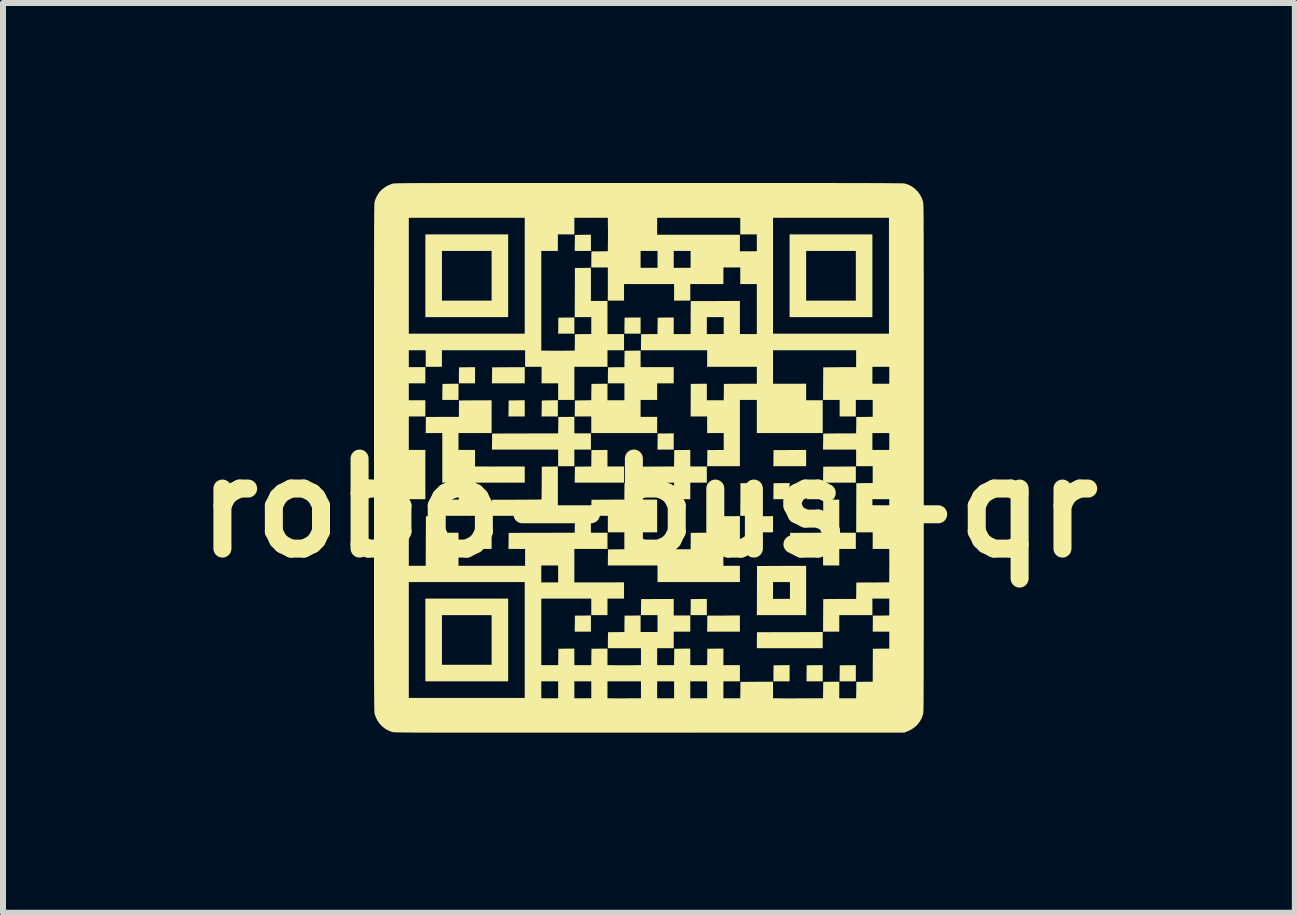
<source format=kicad_pcb>
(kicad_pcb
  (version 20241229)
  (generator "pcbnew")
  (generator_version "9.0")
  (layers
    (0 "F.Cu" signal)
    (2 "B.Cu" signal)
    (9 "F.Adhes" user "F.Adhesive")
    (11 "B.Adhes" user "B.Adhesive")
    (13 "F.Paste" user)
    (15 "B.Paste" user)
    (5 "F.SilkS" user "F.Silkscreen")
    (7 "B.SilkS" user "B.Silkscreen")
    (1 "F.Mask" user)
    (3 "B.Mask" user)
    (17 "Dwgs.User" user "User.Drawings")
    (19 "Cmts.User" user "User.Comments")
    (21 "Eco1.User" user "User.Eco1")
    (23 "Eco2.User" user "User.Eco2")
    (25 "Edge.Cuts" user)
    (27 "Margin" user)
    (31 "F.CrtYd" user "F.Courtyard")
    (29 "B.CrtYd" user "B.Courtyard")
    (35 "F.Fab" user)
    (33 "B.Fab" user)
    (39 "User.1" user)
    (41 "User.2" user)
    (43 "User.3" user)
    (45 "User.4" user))
  (footprint "robo-bus-qr"
    (layer "F.Cu")
    (at 7.764 5.414)
    (property "Reference" "robo-bus-qr" (at 0 0 0) (layer "F.SilkS") (effects (font (size 1.5 1.5) (thickness 0.3))))
    (attr board_only exclude_from_pos_files exclude_from_bom)
    (fp_poly (pts (xy -3.173 -1.934) (xy -3.173 -1.799) (xy -3.308 -1.799) (xy -3.443 -1.799) (xy -3.442 -1.933) (xy -3.44 -2.066) (xy -3.306 -2.068) (xy -3.173 -2.069)) (stroke (width 0) (type solid)) (fill yes) (layer "F.SilkS"))
    (fp_poly (pts (xy -2.897 -2.21) (xy -2.897 -2.075) (xy -3.032 -2.075) (xy -3.167 -2.075) (xy -3.166 -2.209) (xy -3.164 -2.342) (xy -3.031 -2.344) (xy -2.897 -2.345)) (stroke (width 0) (type solid)) (fill yes) (layer "F.SilkS"))
    (fp_poly (pts (xy -2.621 0.411) (xy -2.621 0.684) (xy -2.756 0.684) (xy -2.891 0.684) (xy -2.89 0.412) (xy -2.888 0.141) (xy -2.755 0.139) (xy -2.621 0.138)) (stroke (width 0) (type solid)) (fill yes) (layer "F.SilkS"))
    (fp_poly (pts (xy -2.069 -2.21) (xy -2.069 -2.075) (xy -2.342 -2.075) (xy -2.616 -2.075) (xy -2.614 -2.209) (xy -2.612 -2.342) (xy -2.341 -2.344) (xy -2.069 -2.345)) (stroke (width 0) (type solid)) (fill yes) (layer "F.SilkS"))
    (fp_poly (pts (xy -2.069 -1.658) (xy -2.069 -1.523) (xy -2.204 -1.523) (xy -2.34 -1.523) (xy -2.338 -1.657) (xy -2.337 -1.79) (xy -2.203 -1.792) (xy -2.069 -1.794)) (stroke (width 0) (type solid)) (fill yes) (layer "F.SilkS"))
    (fp_poly (pts (xy -1.517 -1.658) (xy -1.517 -1.523) (xy -1.653 -1.523) (xy -1.788 -1.523) (xy -1.786 -1.657) (xy -1.785 -1.79) (xy -1.651 -1.792) (xy -1.517 -1.794)) (stroke (width 0) (type solid)) (fill yes) (layer "F.SilkS"))
    (fp_poly (pts (xy -1.242 -3.038) (xy -1.242 -2.903) (xy -1.377 -2.903) (xy -1.512 -2.903) (xy -1.51 -3.036) (xy -1.509 -3.17) (xy -1.375 -3.172) (xy -1.242 -3.173)) (stroke (width 0) (type solid)) (fill yes) (layer "F.SilkS"))
    (fp_poly (pts (xy -0.966 -4.417) (xy -0.966 -4.282) (xy -1.101 -4.282) (xy -1.236 -4.282) (xy -1.234 -4.416) (xy -1.233 -4.549) (xy -1.099 -4.551) (xy -0.966 -4.553)) (stroke (width 0) (type solid)) (fill yes) (layer "F.SilkS"))
    (fp_poly (pts (xy -0.966 1.928) (xy -0.966 2.063) (xy -1.101 2.063) (xy -1.236 2.063) (xy -1.234 1.93) (xy -1.233 1.796) (xy -1.099 1.795) (xy -0.966 1.793)) (stroke (width 0) (type solid)) (fill yes) (layer "F.SilkS"))
    (fp_poly (pts (xy -0.138 -3.038) (xy -0.138 -2.903) (xy -0.273 -2.903) (xy -0.408 -2.903) (xy -0.407 -3.036) (xy -0.405 -3.17) (xy -0.272 -3.172) (xy -0.138 -3.173)) (stroke (width 0) (type solid)) (fill yes) (layer "F.SilkS"))
    (fp_poly (pts (xy 0.414 -1.107) (xy 0.414 -0.971) (xy 0.279 -0.971) (xy 0.143 -0.971) (xy 0.145 -1.105) (xy 0.147 -1.239) (xy 0.28 -1.24) (xy 0.414 -1.242)) (stroke (width 0) (type solid)) (fill yes) (layer "F.SilkS"))
    (fp_poly (pts (xy 0.966 1.652) (xy 0.966 1.788) (xy 0.83 1.788) (xy 0.695 1.788) (xy 0.697 1.654) (xy 0.698 1.52) (xy 0.832 1.519) (xy 0.966 1.517)) (stroke (width 0) (type solid)) (fill yes) (layer "F.SilkS"))
    (fp_poly (pts (xy 1.517 1.928) (xy 1.517 2.063) (xy 1.244 2.063) (xy 0.971 2.063) (xy 0.973 1.93) (xy 0.974 1.796) (xy 1.246 1.795) (xy 1.517 1.793)) (stroke (width 0) (type solid)) (fill yes) (layer "F.SilkS"))
    (fp_poly (pts (xy 1.793 -0.141) (xy 1.793 0.132) (xy 1.658 0.132) (xy 1.523 0.132) (xy 1.525 -0.139) (xy 1.526 -0.411) (xy 1.66 -0.413) (xy 1.793 -0.414)) (stroke (width 0) (type solid)) (fill yes) (layer "F.SilkS"))
    (fp_poly (pts (xy 2.069 0.273) (xy 2.069 0.408) (xy 1.934 0.408) (xy 1.799 0.408) (xy 1.8 0.274) (xy 1.802 0.141) (xy 1.936 0.139) (xy 2.069 0.138)) (stroke (width 0) (type solid)) (fill yes) (layer "F.SilkS"))
    (fp_poly (pts (xy 2.345 -0.279) (xy 2.345 -0.144) (xy 2.21 -0.144) (xy 2.075 -0.144) (xy 2.076 -0.277) (xy 2.078 -0.411) (xy 2.212 -0.413) (xy 2.345 -0.414)) (stroke (width 0) (type solid)) (fill yes) (layer "F.SilkS"))
    (fp_poly (pts (xy 2.345 2.756) (xy 2.345 2.891) (xy 2.21 2.891) (xy 2.075 2.891) (xy 2.076 2.758) (xy 2.078 2.624) (xy 2.212 2.622) (xy 2.345 2.621)) (stroke (width 0) (type solid)) (fill yes) (layer "F.SilkS"))
    (fp_poly (pts (xy 2.621 -0.831) (xy 2.621 -0.695) (xy 2.348 -0.695) (xy 2.075 -0.695) (xy 2.076 -0.829) (xy 2.078 -0.963) (xy 2.349 -0.964) (xy 2.621 -0.966)) (stroke (width 0) (type solid)) (fill yes) (layer "F.SilkS"))
    (fp_poly (pts (xy 2.897 -0.279) (xy 2.897 -0.144) (xy 2.762 -0.144) (xy 2.627 -0.144) (xy 2.628 -0.277) (xy 2.63 -0.411) (xy 2.763 -0.413) (xy 2.897 -0.414)) (stroke (width 0) (type solid)) (fill yes) (layer "F.SilkS"))
    (fp_poly (pts (xy 2.897 2.204) (xy 2.897 2.339) (xy 2.348 2.339) (xy 1.799 2.339) (xy 1.8 2.206) (xy 1.802 2.072) (xy 2.349 2.071) (xy 2.897 2.069)) (stroke (width 0) (type solid)) (fill yes) (layer "F.SilkS"))
    (fp_poly (pts (xy 2.897 2.756) (xy 2.897 2.891) (xy 2.762 2.891) (xy 2.627 2.891) (xy 2.628 2.758) (xy 2.63 2.624) (xy 2.763 2.622) (xy 2.897 2.621)) (stroke (width 0) (type solid)) (fill yes) (layer "F.SilkS"))
    (fp_poly (pts (xy 3.449 -0.555) (xy 3.449 -0.42) (xy 3.176 -0.42) (xy 2.902 -0.42) (xy 2.904 -0.553) (xy 2.906 -0.687) (xy 3.177 -0.688) (xy 3.449 -0.69)) (stroke (width 0) (type solid)) (fill yes) (layer "F.SilkS"))
    (fp_poly (pts (xy 3.449 2.756) (xy 3.449 2.891) (xy 3.314 2.891) (xy 3.178 2.891) (xy 3.18 2.758) (xy 3.181 2.624) (xy 3.315 2.622) (xy 3.449 2.621)) (stroke (width 0) (type solid)) (fill yes) (layer "F.SilkS"))
    (fp_poly (pts (xy -0.69 -0.828) (xy -0.69 -0.69) (xy -0.552 -0.69) (xy -0.414 -0.69) (xy -0.414 -0.555) (xy -0.414 -0.42) (xy -0.825 -0.42) (xy -1.236 -0.42) (xy -1.234 -0.553) (xy -1.233 -0.687) (xy -1.097 -0.688) (xy -0.96 -0.69) (xy -0.959 -0.826) (xy -0.957 -0.963) (xy -0.823 -0.964) (xy -0.69 -0.966)) (stroke (width 0) (type solid)) (fill yes) (layer "F.SilkS"))
    (fp_poly (pts (xy -2.345 -3.868) (xy -2.345 -3.179) (xy -3.035 -3.179) (xy -3.725 -3.179) (xy -3.725 -3.868) (xy -3.449 -3.868) (xy -3.449 -3.454) (xy -3.035 -3.454) (xy -2.621 -3.454) (xy -2.621 -3.868) (xy -2.621 -4.282) (xy -3.035 -4.282) (xy -3.449 -4.282) (xy -3.449 -3.868) (xy -3.725 -3.868) (xy -3.725 -4.558) (xy -3.035 -4.558) (xy -2.345 -4.558)) (stroke (width 0) (type solid)) (fill yes) (layer "F.SilkS"))
    (fp_poly (pts (xy -2.345 2.201) (xy -2.345 2.891) (xy -3.035 2.891) (xy -3.725 2.891) (xy -3.725 2.201) (xy -3.449 2.201) (xy -3.449 2.615) (xy -3.035 2.615) (xy -2.621 2.615) (xy -2.621 2.201) (xy -2.621 1.788) (xy -3.035 1.788) (xy -3.449 1.788) (xy -3.449 2.201) (xy -3.725 2.201) (xy -3.725 1.512) (xy -3.035 1.512) (xy -2.345 1.512)) (stroke (width 0) (type solid)) (fill yes) (layer "F.SilkS"))
    (fp_poly (pts (xy 3.725 -3.868) (xy 3.725 -3.179) (xy 3.035 -3.179) (xy 2.345 -3.179) (xy 2.345 -3.868) (xy 2.621 -3.868) (xy 2.621 -3.454) (xy 3.035 -3.454) (xy 3.449 -3.454) (xy 3.449 -3.868) (xy 3.449 -4.282) (xy 3.035 -4.282) (xy 2.621 -4.282) (xy 2.621 -3.868) (xy 2.345 -3.868) (xy 2.345 -4.558) (xy 3.035 -4.558) (xy 3.725 -4.558)) (stroke (width 0) (type solid)) (fill yes) (layer "F.SilkS"))
    (fp_poly (pts (xy 2.621 1.377) (xy 2.621 1.788) (xy 2.21 1.788) (xy 1.799 1.788) (xy 1.801 1.378) (xy 1.801 1.377) (xy 2.069 1.377) (xy 2.069 1.517) (xy 2.21 1.517) (xy 2.351 1.517) (xy 2.351 1.377) (xy 2.351 1.236) (xy 2.21 1.236) (xy 2.069 1.236) (xy 2.069 1.377) (xy 1.801 1.377) (xy 1.802 0.969) (xy 2.212 0.967) (xy 2.621 0.966)) (stroke (width 0) (type solid)) (fill yes) (layer "F.SilkS"))
    (fp_poly (pts (xy -1.517 -0.279) (xy -1.517 0.132) (xy -2.066 0.132) (xy -2.616 0.132) (xy -2.614 -0.001) (xy -2.612 -0.135) (xy -2.202 -0.136) (xy -2.134 -0.137) (xy -2.07 -0.137) (xy -2.01 -0.137) (xy -1.956 -0.138) (xy -1.907 -0.138) (xy -1.866 -0.138) (xy -1.833 -0.139) (xy -1.808 -0.139) (xy -1.794 -0.14) (xy -1.79 -0.14) (xy -1.789 -0.146) (xy -1.789 -0.162) (xy -1.788 -0.188) (xy -1.788 -0.221) (xy -1.787 -0.262) (xy -1.787 -0.309) (xy -1.786 -0.36) (xy -1.786 -0.414) (xy -1.785 -0.687) (xy -1.651 -0.688) (xy -1.517 -0.69)) (stroke (width 0) (type solid)) (fill yes) (layer "F.SilkS"))
    (fp_poly (pts (xy 0.69 -0.828) (xy 0.69 -0.69) (xy 0.828 -0.69) (xy 0.966 -0.69) (xy 0.966 -0.555) (xy 0.966 -0.42) (xy 0.828 -0.42) (xy 0.69 -0.42) (xy 0.69 -0.282) (xy 0.69 -0.144) (xy 0.555 -0.144) (xy 0.42 -0.144) (xy 0.42 -0.282) (xy 0.42 -0.42) (xy 0.144 -0.42) (xy -0.132 -0.42) (xy -0.131 -0.553) (xy -0.129 -0.687) (xy 0.009 -0.688) (xy 0.059 -0.688) (xy 0.116 -0.689) (xy 0.175 -0.689) (xy 0.232 -0.689) (xy 0.282 -0.69) (xy 0.283 -0.69) (xy 0.419 -0.69) (xy 0.421 -0.826) (xy 0.422 -0.963) (xy 0.556 -0.964) (xy 0.69 -0.966)) (stroke (width 0) (type solid)) (fill yes) (layer "F.SilkS"))
    (fp_poly (pts (xy -1.242 -1.38) (xy -1.242 -1.242) (xy -1.104 -1.242) (xy -0.966 -1.242) (xy -0.966 -1.106) (xy -0.966 -0.971) (xy -1.104 -0.971) (xy -1.242 -0.971) (xy -1.242 -0.833) (xy -1.242 -0.695) (xy -1.377 -0.695) (xy -1.512 -0.695) (xy -1.512 -0.833) (xy -1.512 -0.971) (xy -2.064 -0.971) (xy -2.616 -0.971) (xy -2.614 -1.105) (xy -2.612 -1.239) (xy -2.199 -1.24) (xy -2.126 -1.24) (xy -2.054 -1.24) (xy -1.983 -1.241) (xy -1.915 -1.241) (xy -1.85 -1.241) (xy -1.792 -1.241) (xy -1.74 -1.241) (xy -1.696 -1.241) (xy -1.661 -1.241) (xy -1.648 -1.241) (xy -1.512 -1.242) (xy -1.51 -1.378) (xy -1.509 -1.515) (xy -1.375 -1.516) (xy -1.242 -1.518)) (stroke (width 0) (type solid)) (fill yes) (layer "F.SilkS"))
    (fp_poly (pts (xy 3.173 0.138) (xy 3.173 0.414) (xy 3.311 0.414) (xy 3.449 0.414) (xy 3.449 0.549) (xy 3.449 0.684) (xy 3.311 0.684) (xy 3.173 0.684) (xy 3.173 0.822) (xy 3.173 0.96) (xy 3.038 0.96) (xy 2.903 0.96) (xy 2.903 0.822) (xy 2.903 0.684) (xy 2.627 0.684) (xy 2.351 0.684) (xy 2.352 0.55) (xy 2.354 0.417) (xy 2.626 0.415) (xy 2.681 0.415) (xy 2.732 0.415) (xy 2.779 0.414) (xy 2.819 0.414) (xy 2.853 0.413) (xy 2.879 0.413) (xy 2.895 0.412) (xy 2.901 0.412) (xy 2.901 0.406) (xy 2.902 0.39) (xy 2.902 0.364) (xy 2.903 0.33) (xy 2.903 0.29) (xy 2.903 0.243) (xy 2.904 0.192) (xy 2.904 0.137) (xy 2.906 -0.135) (xy 3.039 -0.137) (xy 3.173 -0.138)) (stroke (width 0) (type solid)) (fill yes) (layer "F.SilkS"))
    (fp_poly (pts (xy -0.138 -2.483) (xy -0.138 -2.345) (xy 0.001 -2.345) (xy 0.052 -2.345) (xy 0.109 -2.345) (xy 0.168 -2.345) (xy 0.225 -2.345) (xy 0.275 -2.345) (xy 0.277 -2.345) (xy 0.414 -2.346) (xy 0.414 -2.21) (xy 0.414 -2.075) (xy 0.276 -2.075) (xy 0.138 -2.075) (xy 0.138 -1.937) (xy 0.138 -1.799) (xy -0.000001 -1.799) (xy -0.138 -1.799) (xy -0.138 -1.658) (xy -0.138 -1.517) (xy -0.000001 -1.517) (xy 0.138 -1.517) (xy 0.138 -1.382) (xy 0.138 -1.247) (xy -0.411 -1.247) (xy -0.96 -1.247) (xy -0.96 -1.385) (xy -0.96 -1.523) (xy -1.098 -1.523) (xy -1.236 -1.523) (xy -1.234 -1.657) (xy -1.233 -1.79) (xy -1.097 -1.792) (xy -0.96 -1.794) (xy -0.959 -1.93) (xy -0.957 -2.066) (xy -0.823 -2.068) (xy -0.69 -2.069) (xy -0.69 -1.931) (xy -0.69 -1.793) (xy -0.549 -1.793) (xy -0.408 -1.793) (xy -0.408 -1.934) (xy -0.408 -2.075) (xy -0.546 -2.075) (xy -0.684 -2.075) (xy -0.683 -2.209) (xy -0.681 -2.342) (xy -0.545 -2.344) (xy -0.408 -2.345) (xy -0.407 -2.482) (xy -0.405 -2.618) (xy -0.272 -2.62) (xy -0.138 -2.621)) (stroke (width 0) (type solid)) (fill yes) (layer "F.SilkS"))
    (fp_poly (pts (xy -2.621 -1.52) (xy -2.621 -1.247) (xy -2.897 -1.247) (xy -3.173 -1.247) (xy -3.173 -1.106) (xy -3.173 -0.966) (xy -3.035 -0.966) (xy -2.897 -0.966) (xy -2.897 -0.828) (xy -2.897 -0.69) (xy -2.758 -0.69) (xy -2.722 -0.69) (xy -2.676 -0.689) (xy -2.624 -0.689) (xy -2.565 -0.689) (xy -2.504 -0.69) (xy -2.441 -0.69) (xy -2.378 -0.69) (xy -2.344 -0.69) (xy -2.069 -0.69) (xy -2.069 -0.555) (xy -2.069 -0.42) (xy -2.483 -0.42) (xy -2.897 -0.42) (xy -2.897 -0.144) (xy -2.897 0.132) (xy -3.17 0.132) (xy -3.443 0.132) (xy -3.442 -0.001) (xy -3.44 -0.135) (xy -3.304 -0.137) (xy -3.167 -0.138) (xy -3.167 -0.279) (xy -3.167 -0.42) (xy -3.305 -0.42) (xy -3.443 -0.42) (xy -3.443 -0.694) (xy -3.443 -0.755) (xy -3.443 -0.819) (xy -3.443 -0.881) (xy -3.443 -0.942) (xy -3.443 -0.998) (xy -3.443 -1.048) (xy -3.443 -1.089) (xy -3.443 -1.108) (xy -3.443 -1.247) (xy -3.581 -1.247) (xy -3.719 -1.247) (xy -3.718 -1.381) (xy -3.716 -1.515) (xy -3.578 -1.516) (xy -3.528 -1.516) (xy -3.471 -1.517) (xy -3.412 -1.517) (xy -3.355 -1.517) (xy -3.305 -1.517) (xy -3.304 -1.517) (xy -3.167 -1.517) (xy -3.166 -1.654) (xy -3.164 -1.79) (xy -2.893 -1.792) (xy -2.621 -1.793)) (stroke (width 0) (type solid)) (fill yes) (layer "F.SilkS"))
    (fp_poly (pts (xy -0.138 -0.276) (xy -0.138 -0.138) (xy -0.000001 -0.138) (xy 0.138 -0.138) (xy 0.138 0.135) (xy 0.138 0.408) (xy -0.000001 0.408) (xy -0.138 0.408) (xy -0.138 0.549) (xy -0.138 0.69) (xy -0.000001 0.69) (xy 0.049 0.69) (xy 0.106 0.69) (xy 0.165 0.69) (xy 0.223 0.69) (xy 0.274 0.69) (xy 0.282 0.69) (xy 0.332 0.69) (xy 0.389 0.69) (xy 0.447 0.69) (xy 0.503 0.69) (xy 0.553 0.69) (xy 0.56 0.69) (xy 0.695 0.69) (xy 0.697 0.553) (xy 0.698 0.417) (xy 0.835 0.415) (xy 0.971 0.414) (xy 0.973 0.277) (xy 0.974 0.141) (xy 1.246 0.139) (xy 1.517 0.138) (xy 1.517 0.411) (xy 1.517 0.684) (xy 1.379 0.684) (xy 1.242 0.684) (xy 1.242 0.825) (xy 1.242 0.966) (xy 1.379 0.966) (xy 1.517 0.966) (xy 1.517 1.101) (xy 1.517 1.236) (xy 0.831 1.236) (xy 0.144 1.236) (xy 0.144 1.098) (xy 0.144 0.96) (xy -0.27 0.96) (xy -0.684 0.96) (xy -0.683 0.826) (xy -0.681 0.693) (xy -0.545 0.691) (xy -0.408 0.69) (xy -0.408 0.549) (xy -0.408 0.408) (xy -0.546 0.408) (xy -0.684 0.408) (xy -0.684 0.27) (xy -0.684 0.132) (xy -0.822 0.132) (xy -0.96 0.132) (xy -0.959 -0.001) (xy -0.957 -0.135) (xy -0.819 -0.136) (xy -0.769 -0.137) (xy -0.712 -0.137) (xy -0.653 -0.137) (xy -0.596 -0.138) (xy -0.546 -0.138) (xy -0.545 -0.138) (xy -0.408 -0.138) (xy -0.407 -0.274) (xy -0.405 -0.411) (xy -0.272 -0.413) (xy -0.138 -0.414)) (stroke (width 0) (type solid)) (fill yes) (layer "F.SilkS"))
    (fp_poly (pts (xy -0.593 -5.414) (xy -0.343 -5.414) (xy -0.082 -5.414) (xy -0.001 -5.414) (xy 0.267 -5.414) (xy 0.523 -5.414) (xy 0.768 -5.414) (xy 1.002 -5.414) (xy 1.226 -5.414) (xy 1.44 -5.414) (xy 1.643 -5.414) (xy 1.837 -5.414) (xy 2.021 -5.414) (xy 2.195 -5.414) (xy 2.361 -5.414) (xy 2.518 -5.414) (xy 2.665 -5.414) (xy 2.805 -5.414) (xy 2.936 -5.414) (xy 3.06 -5.414) (xy 3.176 -5.413) (xy 3.284 -5.413) (xy 3.385 -5.413) (xy 3.479 -5.413) (xy 3.567 -5.413) (xy 3.647 -5.413) (xy 3.722 -5.412) (xy 3.79 -5.412) (xy 3.853 -5.412) (xy 3.91 -5.412) (xy 3.962 -5.411) (xy 4.009 -5.411) (xy 4.051 -5.411) (xy 4.088 -5.41) (xy 4.121 -5.41) (xy 4.15 -5.41) (xy 4.175 -5.409) (xy 4.196 -5.409) (xy 4.214 -5.409) (xy 4.229 -5.408) (xy 4.24 -5.408) (xy 4.249 -5.407) (xy 4.256 -5.407) (xy 4.26 -5.406) (xy 4.261 -5.406) (xy 4.322 -5.387) (xy 4.379 -5.359) (xy 4.431 -5.321) (xy 4.477 -5.275) (xy 4.517 -5.223) (xy 4.548 -5.165) (xy 4.569 -5.102) (xy 4.57 -5.101) (xy 4.57 -5.098) (xy 4.571 -5.095) (xy 4.572 -5.092) (xy 4.572 -5.088) (xy 4.573 -5.083) (xy 4.573 -5.076) (xy 4.574 -5.069) (xy 4.575 -5.059) (xy 4.575 -5.048) (xy 4.575 -5.035) (xy 4.576 -5.019) (xy 4.576 -5.001) (xy 4.577 -4.979) (xy 4.577 -4.955) (xy 4.577 -4.927) (xy 4.578 -4.895) (xy 4.578 -4.86) (xy 4.578 -4.82) (xy 4.579 -4.776) (xy 4.579 -4.728) (xy 4.579 -4.674) (xy 4.579 -4.616) (xy 4.58 -4.552) (xy 4.58 -4.482) (xy 4.58 -4.407) (xy 4.58 -4.325) (xy 4.58 -4.237) (xy 4.58 -4.143) (xy 4.58 -4.042) (xy 4.581 -3.933) (xy 4.581 -3.817) (xy 4.581 -3.694) (xy 4.581 -3.562) (xy 4.581 -3.423) (xy 4.581 -3.275) (xy 4.581 -3.119) (xy 4.581 -2.954) (xy 4.581 -2.78) (xy 4.581 -2.596) (xy 4.581 -2.403) (xy 4.581 -2.2) (xy 4.581 -1.987) (xy 4.581 -1.764) (xy 4.581 -1.53) (xy 4.581 -1.285) (xy 4.581 -1.029) (xy 4.581 -0.831) (xy 4.581 -0.566) (xy 4.581 -0.313) (xy 4.581 -0.071) (xy 4.581 0.16) (xy 4.581 0.381) (xy 4.581 0.591) (xy 4.581 0.792) (xy 4.581 0.983) (xy 4.581 1.164) (xy 4.581 1.336) (xy 4.581 1.499) (xy 4.581 1.653) (xy 4.581 1.799) (xy 4.581 1.936) (xy 4.581 2.065) (xy 4.581 2.187) (xy 4.58 2.301) (xy 4.58 2.407) (xy 4.58 2.507) (xy 4.58 2.6) (xy 4.58 2.686) (xy 4.58 2.766) (xy 4.58 2.84) (xy 4.579 2.908) (xy 4.579 2.971) (xy 4.579 3.028) (xy 4.579 3.08) (xy 4.579 3.128) (xy 4.578 3.171) (xy 4.578 3.209) (xy 4.578 3.243) (xy 4.577 3.274) (xy 4.577 3.301) (xy 4.577 3.325) (xy 4.576 3.345) (xy 4.576 3.363) (xy 4.575 3.378) (xy 4.575 3.391) (xy 4.574 3.401) (xy 4.574 3.41) (xy 4.573 3.417) (xy 4.573 3.423) (xy 4.572 3.428) (xy 4.571 3.432) (xy 4.571 3.435) (xy 4.57 3.438) (xy 4.57 3.439) (xy 4.548 3.502) (xy 4.516 3.561) (xy 4.475 3.613) (xy 4.425 3.659) (xy 4.367 3.698) (xy 4.302 3.728) (xy 4.298 3.729) (xy 4.256 3.745) (xy 0.011 3.746) (xy -0.253 3.746) (xy -0.507 3.746) (xy -0.75 3.746) (xy -0.982 3.746) (xy -1.203 3.746) (xy -1.414 3.746) (xy -1.615 3.746) (xy -1.807 3.746) (xy -1.989 3.746) (xy -2.161 3.746) (xy -2.325 3.746) (xy -2.479 3.746) (xy -2.626 3.746) (xy -2.763 3.746) (xy -2.893 3.746) (xy -3.015 3.746) (xy -3.13 3.746) (xy -3.237 3.746) (xy -3.337 3.746) (xy -3.431 3.746) (xy -3.517 3.746) (xy -3.598 3.746) (xy -3.672 3.745) (xy -3.741 3.745) (xy -3.804 3.745) (xy -3.862 3.745) (xy -3.914 3.745) (xy -3.962 3.744) (xy -4.005 3.744) (xy -4.044 3.744) (xy -4.079 3.744) (xy -4.109 3.743) (xy -4.137 3.743) (xy -4.161 3.743) (xy -4.181 3.742) (xy -4.199 3.742) (xy -4.214 3.741) (xy -4.227 3.741) (xy -4.238 3.74) (xy -4.247 3.74) (xy -4.254 3.739) (xy -4.26 3.739) (xy -4.265 3.738) (xy -4.269 3.737) (xy -4.272 3.737) (xy -4.275 3.736) (xy -4.275 3.736) (xy -4.337 3.714) (xy -4.394 3.682) (xy -4.446 3.641) (xy -4.491 3.593) (xy -4.528 3.538) (xy -4.556 3.477) (xy -4.57 3.434) (xy -4.57 3.431) (xy -4.571 3.428) (xy -4.572 3.425) (xy -4.572 3.421) (xy -4.573 3.416) (xy -4.573 3.409) (xy -4.574 3.402) (xy -4.575 3.392) (xy -4.575 3.381) (xy -4.575 3.368) (xy -4.576 3.352) (xy -4.576 3.334) (xy -4.577 3.312) (xy -4.577 3.288) (xy -4.577 3.26) (xy -4.578 3.228) (xy -4.578 3.193) (xy -4.578 3.153) (xy -4.579 3.109) (xy -4.579 3.061) (xy -4.579 3.007) (xy -4.579 2.949) (xy -4.58 2.885) (xy -4.58 2.815) (xy -4.58 2.74) (xy -4.58 2.658) (xy -4.58 2.57) (xy -4.58 2.476) (xy -4.58 2.375) (xy -4.581 2.266) (xy -4.581 2.201) (xy -4.001 2.201) (xy -4.001 3.167) (xy -3.035 3.167) (xy -2.069 3.167) (xy -2.069 3.032) (xy -1.793 3.032) (xy -1.793 3.173) (xy -1.653 3.173) (xy -1.512 3.173) (xy -1.512 3.032) (xy -1.242 3.032) (xy -1.242 3.173) (xy -1.101 3.173) (xy -0.96 3.173) (xy -0.96 3.032) (xy -0.96 3.032) (xy -0.69 3.032) (xy -0.69 3.173) (xy -0.55 3.174) (xy -0.511 3.175) (xy -0.476 3.175) (xy -0.445 3.175) (xy -0.422 3.175) (xy -0.407 3.175) (xy -0.403 3.174) (xy -0.396 3.174) (xy -0.378 3.174) (xy -0.353 3.173) (xy -0.321 3.173) (xy -0.284 3.173) (xy -0.264 3.173) (xy -0.132 3.173) (xy -0.132 3.032) (xy 0.138 3.032) (xy 0.138 3.173) (xy 0.279 3.173) (xy 0.42 3.173) (xy 0.42 3.032) (xy 0.69 3.032) (xy 0.69 3.173) (xy 0.831 3.173) (xy 0.971 3.173) (xy 0.971 3.032) (xy 0.971 2.891) (xy 0.831 2.891) (xy 0.69 2.891) (xy 0.69 3.032) (xy 0.42 3.032) (xy 0.42 2.891) (xy 0.279 2.891) (xy 0.138 2.891) (xy 0.138 3.032) (xy -0.132 3.032) (xy -0.132 2.891) (xy -0.411 2.891) (xy -0.69 2.891) (xy -0.69 3.032) (xy -0.96 3.032) (xy -0.96 2.891) (xy -1.101 2.891) (xy -1.242 2.891) (xy -1.242 3.032) (xy -1.512 3.032) (xy -1.512 2.891) (xy -1.653 2.891) (xy -1.793 2.891) (xy -1.793 3.032) (xy -2.069 3.032) (xy -2.069 2.201) (xy -2.069 1.236) (xy -3.035 1.236) (xy -4.001 1.236) (xy -4.001 2.201) (xy -4.581 2.201) (xy -4.581 2.15) (xy -4.581 2.027) (xy -4.581 1.895) (xy -4.581 1.756) (xy -4.581 1.608) (xy -4.581 1.452) (xy -4.581 1.287) (xy -4.581 1.113) (xy -4.581 1.101) (xy -1.793 1.101) (xy -1.793 1.242) (xy -1.653 1.242) (xy -1.512 1.242) (xy -1.512 1.101) (xy -1.512 0.96) (xy -1.653 0.96) (xy -1.793 0.96) (xy -1.793 1.101) (xy -4.581 1.101) (xy -4.581 0.929) (xy -4.581 0.736) (xy -4.581 0.533) (xy -4.581 0.32) (xy -4.581 0.096) (xy -4.581 -0.138) (xy -4.581 -0.382) (xy -4.581 -0.638) (xy -4.581 -0.835) (xy -4.581 -1.101) (xy -4.581 -1.355) (xy -4.581 -1.599) (xy -4.581 -1.831) (xy -4.581 -2.054) (xy -4.581 -2.265) (xy -4.581 -2.467) (xy -4.581 -2.627) (xy -4.001 -2.627) (xy -4.001 -2.486) (xy -4.001 -2.345) (xy -3.863 -2.345) (xy -3.725 -2.345) (xy -3.725 -2.21) (xy -3.725 -2.075) (xy -3.863 -2.075) (xy -4.001 -2.075) (xy -4.001 -1.934) (xy -4.001 -1.793) (xy -3.863 -1.793) (xy -3.725 -1.793) (xy -3.725 -1.658) (xy -3.725 -1.523) (xy -3.863 -1.523) (xy -4.001 -1.523) (xy -4.001 -1.244) (xy -4.001 -0.966) (xy -3.863 -0.966) (xy -3.725 -0.966) (xy -3.725 -0.555) (xy -3.725 -0.144) (xy -3.863 -0.144) (xy -4.001 -0.144) (xy -4.001 0.411) (xy -4.001 0.966) (xy -3.86 0.966) (xy -3.719 0.966) (xy -3.719 0.829) (xy -3.719 0.794) (xy -3.719 0.749) (xy -3.718 0.697) (xy -3.718 0.64) (xy -3.718 0.578) (xy -3.718 0.515) (xy -3.717 0.453) (xy -3.717 0.417) (xy -3.716 0.141) (xy -3.582 0.139) (xy -3.449 0.138) (xy -3.449 0.276) (xy -3.449 0.414) (xy -3.311 0.414) (xy -3.173 0.414) (xy -3.173 0.69) (xy -3.173 0.966) (xy -3.035 0.966) (xy -3 0.966) (xy -2.955 0.966) (xy -2.903 0.966) (xy -2.845 0.966) (xy -2.784 0.966) (xy -2.72 0.966) (xy -2.657 0.966) (xy -2.615 0.966) (xy -2.554 0.966) (xy -2.49 0.966) (xy -2.428 0.966) (xy -2.368 0.966) (xy -2.312 0.966) (xy -2.262 0.966) (xy -2.221 0.966) (xy -2.199 0.966) (xy -2.063 0.966) (xy -2.063 0.825) (xy -2.063 0.684) (xy -2.202 0.684) (xy -2.34 0.684) (xy -2.338 0.55) (xy -2.337 0.417) (xy -1.923 0.415) (xy -1.85 0.415) (xy -1.778 0.415) (xy -1.707 0.415) (xy -1.639 0.415) (xy -1.574 0.414) (xy -1.516 0.414) (xy -1.464 0.414) (xy -1.42 0.414) (xy -1.385 0.414) (xy -1.372 0.414) (xy -1.236 0.414) (xy -1.234 0.277) (xy -1.233 0.141) (xy -1.099 0.139) (xy -0.966 0.138) (xy -0.966 0.276) (xy -0.966 0.414) (xy -0.828 0.414) (xy -0.69 0.414) (xy -0.69 0.549) (xy -0.69 0.684) (xy -0.966 0.684) (xy -1.242 0.684) (xy -1.242 0.963) (xy -1.242 1.242) (xy -1.102 1.242) (xy -1.066 1.242) (xy -1.021 1.242) (xy -0.968 1.242) (xy -0.91 1.242) (xy -0.848 1.242) (xy -0.785 1.242) (xy -0.723 1.242) (xy -0.688 1.242) (xy -0.414 1.241) (xy -0.414 1.377) (xy -0.414 1.512) (xy -0.552 1.512) (xy -0.69 1.512) (xy -0.69 1.65) (xy -0.69 1.788) (xy -0.825 1.788) (xy -0.96 1.788) (xy -0.96 1.65) (xy -0.96 1.512) (xy -1.377 1.512) (xy -1.793 1.512) (xy -1.793 2.066) (xy -1.793 2.621) (xy -1.653 2.621) (xy -1.512 2.621) (xy -1.51 2.485) (xy -1.509 2.348) (xy -1.375 2.346) (xy -1.242 2.345) (xy -1.242 2.483) (xy -1.242 2.621) (xy -1.101 2.621) (xy -0.96 2.621) (xy -0.959 2.485) (xy -0.957 2.348) (xy -0.823 2.346) (xy -0.69 2.345) (xy -0.69 2.483) (xy -0.69 2.621) (xy -0.55 2.622) (xy -0.5 2.623) (xy -0.442 2.623) (xy -0.382 2.623) (xy -0.325 2.623) (xy -0.274 2.622) (xy -0.272 2.622) (xy -0.132 2.621) (xy -0.132 2.48) (xy -0.132 2.339) (xy -0.408 2.339) (xy -0.684 2.339) (xy -0.683 2.206) (xy -0.681 2.072) (xy -0.545 2.071) (xy -0.408 2.069) (xy -0.407 1.933) (xy -0.405 1.796) (xy -0.272 1.795) (xy -0.138 1.793) (xy -0.138 1.931) (xy -0.138 2.069) (xy 0.003 2.069) (xy 0.144 2.069) (xy 0.144 1.928) (xy 0.144 1.788) (xy 0.006 1.788) (xy -0.132 1.788) (xy -0.131 1.654) (xy -0.129 1.52) (xy 0.142 1.519) (xy 0.414 1.518) (xy 0.414 1.655) (xy 0.414 1.793) (xy 0.552 1.793) (xy 0.69 1.793) (xy 0.69 1.928) (xy 0.69 2.063) (xy 0.552 2.063) (xy 0.414 2.063) (xy 0.414 2.201) (xy 0.414 2.339) (xy 0.276 2.339) (xy 0.138 2.339) (xy 0.138 2.48) (xy 0.138 2.621) (xy 0.279 2.621) (xy 0.419 2.621) (xy 0.421 2.485) (xy 0.422 2.348) (xy 0.556 2.346) (xy 0.69 2.345) (xy 0.69 2.483) (xy 0.69 2.621) (xy 0.83 2.621) (xy 0.971 2.621) (xy 0.973 2.485) (xy 0.974 2.348) (xy 1.108 2.346) (xy 1.242 2.345) (xy 1.242 2.483) (xy 1.242 2.621) (xy 1.379 2.621) (xy 1.517 2.621) (xy 1.517 2.756) (xy 1.517 2.891) (xy 1.379 2.891) (xy 1.242 2.891) (xy 1.242 3.032) (xy 1.242 3.173) (xy 1.382 3.173) (xy 1.523 3.173) (xy 1.525 3.036) (xy 1.526 2.9) (xy 1.798 2.898) (xy 2.069 2.897) (xy 2.069 3.035) (xy 2.069 3.173) (xy 2.209 3.174) (xy 2.258 3.175) (xy 2.315 3.175) (xy 2.375 3.175) (xy 2.433 3.175) (xy 2.485 3.174) (xy 2.492 3.174) (xy 2.542 3.174) (xy 2.598 3.174) (xy 2.656 3.173) (xy 2.712 3.173) (xy 2.761 3.173) (xy 2.769 3.173) (xy 2.902 3.173) (xy 2.904 3.036) (xy 2.906 2.9) (xy 3.039 2.898) (xy 3.173 2.897) (xy 3.173 3.035) (xy 3.173 3.173) (xy 3.314 3.173) (xy 3.454 3.173) (xy 3.456 3.036) (xy 3.457 2.9) (xy 3.594 2.898) (xy 3.73 2.897) (xy 3.731 2.76) (xy 3.731 2.711) (xy 3.731 2.654) (xy 3.731 2.595) (xy 3.732 2.538) (xy 3.732 2.487) (xy 3.732 2.486) (xy 3.733 2.348) (xy 3.87 2.346) (xy 4.006 2.345) (xy 4.006 2.204) (xy 4.006 2.063) (xy 3.868 2.063) (xy 3.73 2.063) (xy 3.732 1.93) (xy 3.733 1.796) (xy 3.87 1.795) (xy 4.006 1.793) (xy 4.006 1.652) (xy 4.006 1.512) (xy 3.865 1.512) (xy 3.725 1.512) (xy 3.725 1.65) (xy 3.725 1.788) (xy 3.449 1.788) (xy 3.173 1.788) (xy 3.173 1.926) (xy 3.173 2.063) (xy 3.038 2.063) (xy 2.903 2.063) (xy 2.904 1.792) (xy 2.906 1.52) (xy 3.044 1.519) (xy 3.094 1.519) (xy 3.151 1.518) (xy 3.21 1.518) (xy 3.267 1.518) (xy 3.317 1.518) (xy 3.318 1.518) (xy 3.454 1.517) (xy 3.456 1.381) (xy 3.457 1.244) (xy 3.73 1.243) (xy 3.785 1.243) (xy 3.836 1.242) (xy 3.882 1.242) (xy 3.923 1.242) (xy 3.957 1.241) (xy 3.982 1.241) (xy 3.998 1.24) (xy 4.004 1.24) (xy 4.005 1.234) (xy 4.005 1.217) (xy 4.005 1.191) (xy 4.006 1.156) (xy 4.006 1.114) (xy 4.006 1.064) (xy 4.007 1.01) (xy 4.007 0.95) (xy 4.007 0.887) (xy 4.007 0.823) (xy 4.006 0.684) (xy 3.868 0.684) (xy 3.73 0.684) (xy 3.73 0.546) (xy 3.73 0.408) (xy 3.593 0.408) (xy 3.455 0.408) (xy 3.456 -0.001) (xy 3.456 -0.003) (xy 3.725 -0.003) (xy 3.725 0.138) (xy 3.865 0.138) (xy 4.006 0.138) (xy 4.006 -0.003) (xy 4.006 -0.144) (xy 3.865 -0.144) (xy 3.725 -0.144) (xy 3.725 -0.003) (xy 3.456 -0.003) (xy 3.457 -0.411) (xy 3.594 -0.413) (xy 3.73 -0.414) (xy 3.73 -0.555) (xy 3.73 -0.695) (xy 3.592 -0.695) (xy 3.454 -0.695) (xy 3.454 -0.833) (xy 3.454 -0.971) (xy 3.178 -0.971) (xy 2.902 -0.971) (xy 2.904 -1.105) (xy 2.904 -1.106) (xy 3.725 -1.106) (xy 3.725 -0.966) (xy 3.865 -0.966) (xy 4.006 -0.966) (xy 4.006 -1.106) (xy 4.006 -1.247) (xy 3.865 -1.247) (xy 3.725 -1.247) (xy 3.725 -1.106) (xy 2.904 -1.106) (xy 2.906 -1.239) (xy 3.044 -1.24) (xy 3.094 -1.24) (xy 3.151 -1.241) (xy 3.21 -1.241) (xy 3.267 -1.241) (xy 3.317 -1.241) (xy 3.318 -1.241) (xy 3.454 -1.242) (xy 3.456 -1.378) (xy 3.457 -1.515) (xy 3.594 -1.516) (xy 3.73 -1.518) (xy 3.73 -1.658) (xy 3.73 -1.799) (xy 3.59 -1.799) (xy 3.449 -1.799) (xy 3.449 -1.661) (xy 3.449 -1.523) (xy 3.314 -1.523) (xy 3.179 -1.523) (xy 3.179 -1.661) (xy 3.179 -1.799) (xy 3.041 -1.799) (xy 2.903 -1.799) (xy 2.904 -2.071) (xy 2.905 -2.21) (xy 3.725 -2.21) (xy 3.725 -2.069) (xy 3.865 -2.069) (xy 4.006 -2.069) (xy 4.006 -2.21) (xy 4.006 -2.351) (xy 3.865 -2.351) (xy 3.725 -2.351) (xy 3.725 -2.21) (xy 2.905 -2.21) (xy 2.906 -2.342) (xy 3.044 -2.343) (xy 3.094 -2.344) (xy 3.151 -2.344) (xy 3.21 -2.345) (xy 3.267 -2.345) (xy 3.317 -2.345) (xy 3.318 -2.345) (xy 3.454 -2.345) (xy 3.454 -2.486) (xy 3.454 -2.627) (xy 2.762 -2.627) (xy 2.069 -2.627) (xy 2.069 -2.348) (xy 2.069 -2.069) (xy 2.209 -2.069) (xy 2.259 -2.069) (xy 2.316 -2.069) (xy 2.375 -2.069) (xy 2.432 -2.069) (xy 2.482 -2.069) (xy 2.485 -2.069) (xy 2.621 -2.07) (xy 2.621 -1.932) (xy 2.621 -1.793) (xy 2.759 -1.793) (xy 2.897 -1.793) (xy 2.897 -1.52) (xy 2.897 -1.247) (xy 2.348 -1.247) (xy 1.799 -1.247) (xy 1.799 -1.384) (xy 1.799 -1.433) (xy 1.799 -1.49) (xy 1.799 -1.549) (xy 1.799 -1.606) (xy 1.799 -1.657) (xy 1.799 -1.66) (xy 1.799 -1.799) (xy 1.658 -1.799) (xy 1.517 -1.799) (xy 1.517 -1.247) (xy 1.517 -0.695) (xy 1.244 -0.695) (xy 0.971 -0.695) (xy 0.973 -0.829) (xy 0.974 -0.963) (xy 1.111 -0.964) (xy 1.247 -0.966) (xy 1.247 -1.107) (xy 1.247 -1.247) (xy 1.109 -1.247) (xy 0.971 -1.247) (xy 0.971 -1.385) (xy 0.971 -1.523) (xy 0.833 -1.523) (xy 0.696 -1.523) (xy 0.697 -1.795) (xy 0.698 -2.066) (xy 0.832 -2.068) (xy 0.966 -2.069) (xy 0.966 -1.931) (xy 0.966 -1.793) (xy 1.106 -1.793) (xy 1.247 -1.793) (xy 1.249 -1.93) (xy 1.25 -2.066) (xy 1.388 -2.068) (xy 1.438 -2.068) (xy 1.495 -2.068) (xy 1.554 -2.069) (xy 1.611 -2.069) (xy 1.661 -2.069) (xy 1.663 -2.069) (xy 1.799 -2.069) (xy 1.799 -2.21) (xy 1.799 -2.351) (xy 1.385 -2.351) (xy 0.971 -2.351) (xy 0.971 -2.489) (xy 0.971 -2.627) (xy 0.419 -2.627) (xy -0.132 -2.627) (xy -0.131 -2.76) (xy -0.129 -2.894) (xy 0.007 -2.896) (xy 0.143 -2.897) (xy 0.145 -3.034) (xy 0.147 -3.17) (xy 0.28 -3.172) (xy 0.414 -3.173) (xy 0.414 -3.035) (xy 0.414 -2.897) (xy 0.555 -2.897) (xy 0.695 -2.897) (xy 0.696 -3.033) (xy 0.696 -3.038) (xy 0.966 -3.038) (xy 0.966 -2.897) (xy 1.106 -2.897) (xy 1.247 -2.897) (xy 1.247 -3.038) (xy 1.247 -3.179) (xy 1.106 -3.179) (xy 0.966 -3.179) (xy 0.966 -3.038) (xy 0.696 -3.038) (xy 0.696 -3.083) (xy 0.696 -3.14) (xy 0.696 -3.199) (xy 0.697 -3.256) (xy 0.697 -3.307) (xy 0.697 -3.308) (xy 0.698 -3.446) (xy 1.108 -3.447) (xy 1.517 -3.449) (xy 1.517 -3.173) (xy 1.517 -2.897) (xy 1.658 -2.897) (xy 1.799 -2.897) (xy 1.799 -3.032) (xy 1.799 -3.08) (xy 1.799 -3.136) (xy 1.799 -3.194) (xy 1.799 -3.251) (xy 1.799 -3.303) (xy 1.799 -3.311) (xy 1.799 -3.361) (xy 1.799 -3.419) (xy 1.799 -3.478) (xy 1.799 -3.535) (xy 1.799 -3.586) (xy 1.799 -3.592) (xy 1.799 -3.73) (xy 1.661 -3.73) (xy 1.523 -3.73) (xy 1.523 -3.868) (xy 2.069 -3.868) (xy 2.069 -2.903) (xy 3.035 -2.903) (xy 4.001 -2.903) (xy 4.001 -3.868) (xy 4.001 -4.834) (xy 3.035 -4.834) (xy 2.069 -4.834) (xy 2.069 -3.868) (xy 1.523 -3.868) (xy 1.523 -4.006) (xy 1.382 -4.006) (xy 1.242 -4.006) (xy 1.242 -3.868) (xy 1.242 -3.73) (xy 0.966 -3.73) (xy 0.69 -3.73) (xy 0.69 -3.592) (xy 0.69 -3.454) (xy 0.555 -3.454) (xy 0.42 -3.454) (xy 0.42 -3.592) (xy 0.42 -3.73) (xy 0.003 -3.73) (xy -0.414 -3.73) (xy -0.414 -3.592) (xy -0.414 -3.454) (xy -0.549 -3.454) (xy -0.685 -3.454) (xy -0.684 -3.591) (xy -0.684 -3.641) (xy -0.684 -3.697) (xy -0.684 -3.756) (xy -0.684 -3.813) (xy -0.684 -3.864) (xy -0.684 -3.867) (xy -0.684 -4.006) (xy -0.822 -4.006) (xy -0.96 -4.006) (xy -0.959 -4.14) (xy -0.959 -4.141) (xy -0.138 -4.141) (xy -0.138 -4.001) (xy 0.003 -4.001) (xy 0.144 -4.001) (xy 0.144 -4.141) (xy 0.414 -4.141) (xy 0.414 -4.001) (xy 0.555 -4.001) (xy 0.695 -4.001) (xy 0.695 -4.141) (xy 0.695 -4.282) (xy 0.555 -4.282) (xy 0.414 -4.282) (xy 0.414 -4.141) (xy 0.144 -4.141) (xy 0.144 -4.282) (xy 0.003 -4.282) (xy -0.138 -4.282) (xy -0.138 -4.141) (xy -0.959 -4.141) (xy -0.957 -4.274) (xy -0.821 -4.275) (xy -0.684 -4.277) (xy -0.683 -4.416) (xy -0.682 -4.466) (xy -0.682 -4.524) (xy -0.682 -4.584) (xy -0.682 -4.641) (xy -0.683 -4.692) (xy -0.683 -4.693) (xy 0.138 -4.693) (xy 0.138 -4.552) (xy 0.277 -4.552) (xy 0.304 -4.552) (xy 0.341 -4.552) (xy 0.387 -4.552) (xy 0.441 -4.552) (xy 0.503 -4.552) (xy 0.57 -4.552) (xy 0.643 -4.552) (xy 0.72 -4.552) (xy 0.8 -4.552) (xy 0.881 -4.552) (xy 0.963 -4.552) (xy 0.967 -4.552) (xy 1.517 -4.552) (xy 1.517 -4.414) (xy 1.517 -4.276) (xy 1.658 -4.276) (xy 1.799 -4.276) (xy 1.799 -4.417) (xy 1.799 -4.558) (xy 1.661 -4.558) (xy 1.523 -4.558) (xy 1.523 -4.696) (xy 1.523 -4.834) (xy 0.831 -4.834) (xy 0.138 -4.834) (xy 0.138 -4.693) (xy -0.683 -4.693) (xy -0.683 -4.695) (xy -0.684 -4.834) (xy -0.963 -4.834) (xy -1.242 -4.834) (xy -1.242 -4.696) (xy -1.242 -4.558) (xy -1.379 -4.558) (xy -1.517 -4.558) (xy -1.517 -4.42) (xy -1.517 -4.282) (xy -1.655 -4.282) (xy -1.793 -4.282) (xy -1.793 -3.452) (xy -1.793 -2.621) (xy -1.654 -2.62) (xy -1.603 -2.619) (xy -1.546 -2.619) (xy -1.486 -2.619) (xy -1.428 -2.619) (xy -1.377 -2.62) (xy -1.375 -2.62) (xy -1.236 -2.621) (xy -1.234 -2.758) (xy -1.233 -2.894) (xy -1.096 -2.896) (xy -0.96 -2.897) (xy -0.96 -3.038) (xy -0.96 -3.179) (xy -1.098 -3.179) (xy -1.236 -3.179) (xy -1.234 -3.588) (xy -1.233 -3.998) (xy -1.099 -3.999) (xy -0.966 -4.001) (xy -0.966 -3.725) (xy -0.966 -3.449) (xy -0.828 -3.449) (xy -0.69 -3.449) (xy -0.69 -3.173) (xy -0.69 -2.897) (xy -0.552 -2.897) (xy -0.414 -2.897) (xy -0.414 -2.762) (xy -0.414 -2.627) (xy -0.552 -2.627) (xy -0.69 -2.627) (xy -0.69 -2.489) (xy -0.69 -2.351) (xy -0.966 -2.351) (xy -1.242 -2.351) (xy -1.242 -2.075) (xy -1.242 -1.799) (xy -1.377 -1.799) (xy -1.512 -1.799) (xy -1.512 -1.937) (xy -1.512 -2.075) (xy -1.65 -2.075) (xy -1.788 -2.075) (xy -1.788 -2.213) (xy -1.788 -2.351) (xy -1.926 -2.351) (xy -2.063 -2.351) (xy -2.063 -2.489) (xy -2.063 -2.627) (xy -2.756 -2.627) (xy -3.449 -2.627) (xy -3.449 -2.489) (xy -3.449 -2.351) (xy -3.584 -2.351) (xy -3.719 -2.351) (xy -3.719 -2.489) (xy -3.719 -2.627) (xy -3.86 -2.627) (xy -4.001 -2.627) (xy -4.581 -2.627) (xy -4.581 -2.659) (xy -4.581 -2.842) (xy -4.581 -3.015) (xy -4.581 -3.179) (xy -4.581 -3.334) (xy -4.581 -3.481) (xy -4.581 -3.619) (xy -4.58 -3.749) (xy -4.58 -3.868) (xy -4.001 -3.868) (xy -4.001 -2.903) (xy -3.035 -2.903) (xy -2.069 -2.903) (xy -2.069 -3.868) (xy -2.069 -4.834) (xy -3.035 -4.834) (xy -4.001 -4.834) (xy -4.001 -3.868) (xy -4.58 -3.868) (xy -4.58 -3.872) (xy -4.58 -3.986) (xy -4.58 -4.094) (xy -4.58 -4.194) (xy -4.58 -4.288) (xy -4.58 -4.374) (xy -4.579 -4.455) (xy -4.579 -4.529) (xy -4.579 -4.598) (xy -4.579 -4.66) (xy -4.579 -4.718) (xy -4.578 -4.77) (xy -4.578 -4.817) (xy -4.578 -4.859) (xy -4.578 -4.897) (xy -4.577 -4.931) (xy -4.577 -4.961) (xy -4.576 -4.988) (xy -4.576 -5.01) (xy -4.576 -5.03) (xy -4.575 -5.046) (xy -4.575 -5.06) (xy -4.574 -5.071) (xy -4.574 -5.08) (xy -4.573 -5.088) (xy -4.573 -5.093) (xy -4.572 -5.097) (xy -4.572 -5.098) (xy -4.559 -5.14) (xy -4.539 -5.185) (xy -4.515 -5.227) (xy -4.491 -5.262) (xy -4.448 -5.306) (xy -4.397 -5.345) (xy -4.34 -5.377) (xy -4.28 -5.4) (xy -4.267 -5.403) (xy -4.264 -5.404) (xy -4.261 -5.405) (xy -4.257 -5.405) (xy -4.252 -5.406) (xy -4.247 -5.407) (xy -4.24 -5.407) (xy -4.232 -5.408) (xy -4.222 -5.408) (xy -4.21 -5.409) (xy -4.195 -5.409) (xy -4.179 -5.41) (xy -4.159 -5.41) (xy -4.136 -5.41) (xy -4.11 -5.411) (xy -4.081 -5.411) (xy -4.048 -5.411) (xy -4.011 -5.412) (xy -3.969 -5.412) (xy -3.923 -5.412) (xy -3.873 -5.412) (xy -3.817 -5.413) (xy -3.756 -5.413) (xy -3.69 -5.413) (xy -3.618 -5.413) (xy -3.54 -5.413) (xy -3.456 -5.414) (xy -3.365 -5.414) (xy -3.268 -5.414) (xy -3.163 -5.414) (xy -3.052 -5.414) (xy -2.932 -5.414) (xy -2.806 -5.414) (xy -2.671 -5.414) (xy -2.528 -5.414) (xy -2.376 -5.414) (xy -2.216 -5.414) (xy -2.047 -5.414) (xy -1.869 -5.414) (xy -1.681 -5.414) (xy -1.484 -5.414) (xy -1.277 -5.414) (xy -1.059 -5.414) (xy -0.831 -5.414)) (stroke (width 0) (type solid)) (fill yes) (layer "F.SilkS")))
  (gr_rect
    (start -3 -3)
    (end 18.529 12.161)
    (stroke (width 0.1) (type default))
    (fill no)
    (layer "Edge.Cuts")))
</source>
